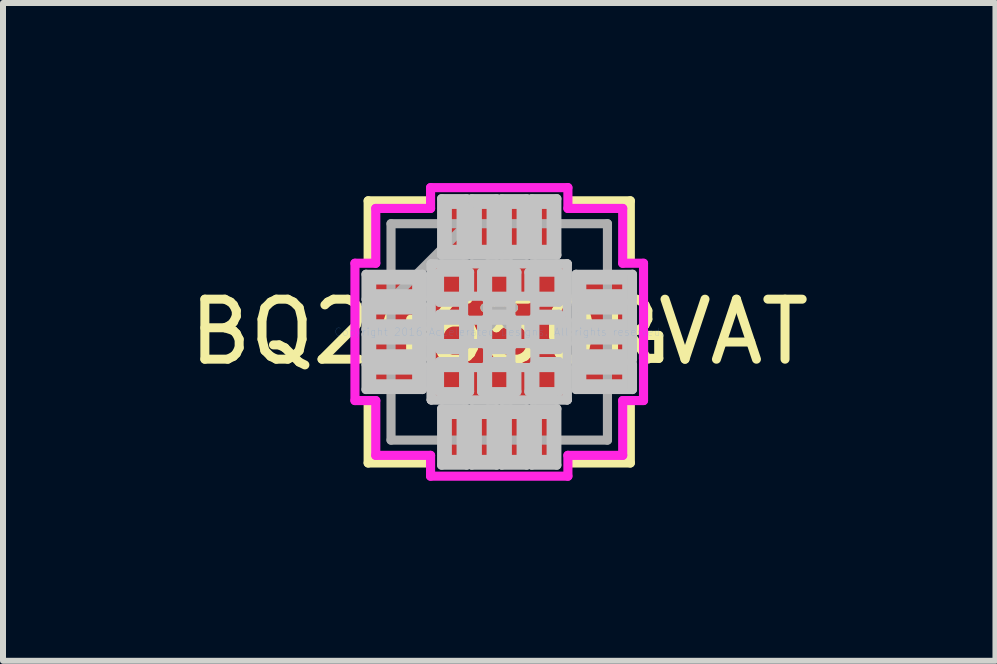
<source format=kicad_pcb>
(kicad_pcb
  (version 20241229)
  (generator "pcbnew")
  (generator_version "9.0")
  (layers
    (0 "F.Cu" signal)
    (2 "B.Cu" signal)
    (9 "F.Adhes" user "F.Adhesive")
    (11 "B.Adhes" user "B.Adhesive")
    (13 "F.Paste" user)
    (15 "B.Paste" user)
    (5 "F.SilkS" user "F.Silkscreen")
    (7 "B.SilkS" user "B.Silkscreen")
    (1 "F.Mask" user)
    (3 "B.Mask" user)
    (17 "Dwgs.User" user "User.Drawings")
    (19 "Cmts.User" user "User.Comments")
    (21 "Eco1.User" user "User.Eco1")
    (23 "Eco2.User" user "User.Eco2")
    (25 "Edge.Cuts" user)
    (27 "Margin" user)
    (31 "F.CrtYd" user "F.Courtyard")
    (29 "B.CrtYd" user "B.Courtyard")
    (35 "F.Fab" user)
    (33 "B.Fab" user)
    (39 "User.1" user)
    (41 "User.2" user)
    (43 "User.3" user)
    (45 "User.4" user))
  (footprint "BQ24650RVAT"
    (layer "F.Cu")
    (at 5.268 2.48)
    (property "Reference" "BQ24650RVAT" (at 0 0 0) (layer "F.SilkS") (effects (font (size 1 1) (thickness 0.15))))
    (attr through_hole)
    (fp_line (start -2.184 -2.184) (end -2.184 -1.221) (stroke (width 0.152) (type solid)) (layer "F.SilkS"))
    (fp_line (start -2.184 1.221) (end -2.184 2.184) (stroke (width 0.152) (type solid)) (layer "F.SilkS"))
    (fp_line (start -2.184 2.184) (end -1.221 2.184) (stroke (width 0.152) (type solid)) (layer "F.SilkS"))
    (fp_line (start -1.221 -2.184) (end -2.184 -2.184) (stroke (width 0.152) (type solid)) (layer "F.SilkS"))
    (fp_line (start 1.221 2.184) (end 2.184 2.184) (stroke (width 0.152) (type solid)) (layer "F.SilkS"))
    (fp_line (start 2.184 -2.184) (end 1.221 -2.184) (stroke (width 0.152) (type solid)) (layer "F.SilkS"))
    (fp_line (start 2.184 -1.221) (end 2.184 -2.184) (stroke (width 0.152) (type solid)) (layer "F.SilkS"))
    (fp_line (start 2.184 2.184) (end 2.184 1.221) (stroke (width 0.152) (type solid)) (layer "F.SilkS"))
    (fp_line (start 2.404 0.059) (end 2.658 0.059) (stroke (width 0.152) (type solid)) (layer "F.SilkS"))
    (fp_line (start 2.404 0.441) (end 2.404 0.059) (stroke (width 0.152) (type solid)) (layer "F.SilkS"))
    (fp_line (start 2.658 0.059) (end 2.658 0.441) (stroke (width 0.152) (type solid)) (layer "F.SilkS"))
    (fp_line (start 2.658 0.441) (end 2.404 0.441) (stroke (width 0.152) (type solid)) (layer "F.SilkS"))
    (fp_line (start -2.22 -0.96) (end -2.22 -0.54) (stroke (width 0.152) (type solid)) (layer "Dwgs.User"))
    (fp_line (start -2.22 -0.54) (end -1.28 -0.54) (stroke (width 0.152) (type solid)) (layer "Dwgs.User"))
    (fp_line (start -2.22 -0.46) (end -2.22 -0.04) (stroke (width 0.152) (type solid)) (layer "Dwgs.User"))
    (fp_line (start -2.22 -0.04) (end -1.28 -0.04) (stroke (width 0.152) (type solid)) (layer "Dwgs.User"))
    (fp_line (start -2.22 0.04) (end -2.22 0.46) (stroke (width 0.152) (type solid)) (layer "Dwgs.User"))
    (fp_line (start -2.22 0.46) (end -1.28 0.46) (stroke (width 0.152) (type solid)) (layer "Dwgs.User"))
    (fp_line (start -2.22 0.54) (end -2.22 0.96) (stroke (width 0.152) (type solid)) (layer "Dwgs.User"))
    (fp_line (start -2.22 0.96) (end -1.28 0.96) (stroke (width 0.152) (type solid)) (layer "Dwgs.User"))
    (fp_line (start -2.125 -0.865) (end -2.125 -0.635) (stroke (width 0.152) (type solid)) (layer "Dwgs.User"))
    (fp_line (start -2.125 -0.635) (end -1.375 -0.635) (stroke (width 0.152) (type solid)) (layer "Dwgs.User"))
    (fp_line (start -2.125 -0.365) (end -2.125 -0.135) (stroke (width 0.152) (type solid)) (layer "Dwgs.User"))
    (fp_line (start -2.125 -0.135) (end -1.375 -0.135) (stroke (width 0.152) (type solid)) (layer "Dwgs.User"))
    (fp_line (start -2.125 0.135) (end -2.125 0.365) (stroke (width 0.152) (type solid)) (layer "Dwgs.User"))
    (fp_line (start -2.125 0.365) (end -1.375 0.365) (stroke (width 0.152) (type solid)) (layer "Dwgs.User"))
    (fp_line (start -2.125 0.635) (end -2.125 0.865) (stroke (width 0.152) (type solid)) (layer "Dwgs.User"))
    (fp_line (start -2.125 0.865) (end -1.375 0.865) (stroke (width 0.152) (type solid)) (layer "Dwgs.User"))
    (fp_line (start -1.375 -0.865) (end -2.125 -0.865) (stroke (width 0.152) (type solid)) (layer "Dwgs.User"))
    (fp_line (start -1.375 -0.635) (end -1.375 -0.865) (stroke (width 0.152) (type solid)) (layer "Dwgs.User"))
    (fp_line (start -1.375 -0.365) (end -2.125 -0.365) (stroke (width 0.152) (type solid)) (layer "Dwgs.User"))
    (fp_line (start -1.375 -0.135) (end -1.375 -0.365) (stroke (width 0.152) (type solid)) (layer "Dwgs.User"))
    (fp_line (start -1.375 0.135) (end -2.125 0.135) (stroke (width 0.152) (type solid)) (layer "Dwgs.User"))
    (fp_line (start -1.375 0.365) (end -1.375 0.135) (stroke (width 0.152) (type solid)) (layer "Dwgs.User"))
    (fp_line (start -1.375 0.635) (end -2.125 0.635) (stroke (width 0.152) (type solid)) (layer "Dwgs.User"))
    (fp_line (start -1.375 0.865) (end -1.375 0.635) (stroke (width 0.152) (type solid)) (layer "Dwgs.User"))
    (fp_line (start -1.28 -0.96) (end -2.22 -0.96) (stroke (width 0.152) (type solid)) (layer "Dwgs.User"))
    (fp_line (start -1.28 -0.54) (end -1.28 -0.96) (stroke (width 0.152) (type solid)) (layer "Dwgs.User"))
    (fp_line (start -1.28 -0.46) (end -2.22 -0.46) (stroke (width 0.152) (type solid)) (layer "Dwgs.User"))
    (fp_line (start -1.28 -0.04) (end -1.28 -0.46) (stroke (width 0.152) (type solid)) (layer "Dwgs.User"))
    (fp_line (start -1.28 0.04) (end -2.22 0.04) (stroke (width 0.152) (type solid)) (layer "Dwgs.User"))
    (fp_line (start -1.28 0.46) (end -1.28 0.04) (stroke (width 0.152) (type solid)) (layer "Dwgs.User"))
    (fp_line (start -1.28 0.54) (end -2.22 0.54) (stroke (width 0.152) (type solid)) (layer "Dwgs.User"))
    (fp_line (start -1.28 0.96) (end -1.28 0.54) (stroke (width 0.152) (type solid)) (layer "Dwgs.User"))
    (fp_line (start -1.133 -1.133) (end -0.594 -1.133) (stroke (width 0.152) (type solid)) (layer "Dwgs.User"))
    (fp_line (start -1.133 -1.133) (end 1.133 -1.133) (stroke (width 0.152) (type solid)) (layer "Dwgs.User"))
    (fp_line (start -1.133 -0.594) (end -1.133 -1.133) (stroke (width 0.152) (type solid)) (layer "Dwgs.User"))
    (fp_line (start -1.133 -0.194) (end 1.133 -0.194) (stroke (width 0.152) (type solid)) (layer "Dwgs.User"))
    (fp_line (start -1.133 0.194) (end -1.133 -0.194) (stroke (width 0.152) (type solid)) (layer "Dwgs.User"))
    (fp_line (start -1.133 0.594) (end 1.133 0.594) (stroke (width 0.152) (type solid)) (layer "Dwgs.User"))
    (fp_line (start -1.133 1.133) (end -1.133 -1.133) (stroke (width 0.152) (type solid)) (layer "Dwgs.User"))
    (fp_line (start -1.133 1.133) (end -1.133 0.594) (stroke (width 0.152) (type solid)) (layer "Dwgs.User"))
    (fp_line (start -0.995 -0.995) (end -0.995 -0.494) (stroke (width 0.152) (type solid)) (layer "Dwgs.User"))
    (fp_line (start -0.995 -0.494) (end -0.635 -0.494) (stroke (width 0.152) (type solid)) (layer "Dwgs.User"))
    (fp_line (start -0.995 -0.294) (end -0.995 0.294) (stroke (width 0.152) (type solid)) (layer "Dwgs.User"))
    (fp_line (start -0.995 0.294) (end -0.635 0.294) (stroke (width 0.152) (type solid)) (layer "Dwgs.User"))
    (fp_line (start -0.995 0.494) (end -0.995 0.995) (stroke (width 0.152) (type solid)) (layer "Dwgs.User"))
    (fp_line (start -0.995 0.995) (end -0.494 0.995) (stroke (width 0.152) (type solid)) (layer "Dwgs.User"))
    (fp_line (start -0.96 -2.22) (end -0.96 -1.28) (stroke (width 0.152) (type solid)) (layer "Dwgs.User"))
    (fp_line (start -0.96 -1.28) (end -0.54 -1.28) (stroke (width 0.152) (type solid)) (layer "Dwgs.User"))
    (fp_line (start -0.96 1.28) (end -0.96 2.22) (stroke (width 0.152) (type solid)) (layer "Dwgs.User"))
    (fp_line (start -0.96 2.22) (end -0.54 2.22) (stroke (width 0.152) (type solid)) (layer "Dwgs.User"))
    (fp_line (start -0.865 -2.125) (end -0.865 -1.375) (stroke (width 0.152) (type solid)) (layer "Dwgs.User"))
    (fp_line (start -0.865 -1.375) (end -0.635 -1.375) (stroke (width 0.152) (type solid)) (layer "Dwgs.User"))
    (fp_line (start -0.865 1.375) (end -0.865 2.125) (stroke (width 0.152) (type solid)) (layer "Dwgs.User"))
    (fp_line (start -0.865 2.125) (end -0.635 2.125) (stroke (width 0.152) (type solid)) (layer "Dwgs.User"))
    (fp_line (start -0.635 -2.125) (end -0.865 -2.125) (stroke (width 0.152) (type solid)) (layer "Dwgs.User"))
    (fp_line (start -0.635 -1.375) (end -0.635 -2.125) (stroke (width 0.152) (type solid)) (layer "Dwgs.User"))
    (fp_line (start -0.635 1.375) (end -0.865 1.375) (stroke (width 0.152) (type solid)) (layer "Dwgs.User"))
    (fp_line (start -0.635 2.125) (end -0.635 1.375) (stroke (width 0.152) (type solid)) (layer "Dwgs.User"))
    (fp_line (start -0.635 -0.494) (end -0.635 -0.494) (stroke (width 0.152) (type solid)) (layer "Dwgs.User"))
    (fp_line (start -0.635 -0.494) (end -0.494 -0.635) (stroke (width 0.152) (type solid)) (layer "Dwgs.User"))
    (fp_line (start -0.635 -0.294) (end -0.995 -0.294) (stroke (width 0.152) (type solid)) (layer "Dwgs.User"))
    (fp_line (start -0.635 -0.294) (end -0.635 -0.294) (stroke (width 0.152) (type solid)) (layer "Dwgs.User"))
    (fp_line (start -0.635 0.294) (end -0.635 0.294) (stroke (width 0.152) (type solid)) (layer "Dwgs.User"))
    (fp_line (start -0.635 0.294) (end -0.494 0.152) (stroke (width 0.152) (type solid)) (layer "Dwgs.User"))
    (fp_line (start -0.635 0.494) (end -0.995 0.494) (stroke (width 0.152) (type solid)) (layer "Dwgs.User"))
    (fp_line (start -0.635 0.494) (end -0.635 0.494) (stroke (width 0.152) (type solid)) (layer "Dwgs.User"))
    (fp_line (start -0.594 -1.133) (end -0.594 1.133) (stroke (width 0.152) (type solid)) (layer "Dwgs.User"))
    (fp_line (start -0.594 1.133) (end -1.133 1.133) (stroke (width 0.152) (type solid)) (layer "Dwgs.User"))
    (fp_line (start -0.54 -2.22) (end -0.96 -2.22) (stroke (width 0.152) (type solid)) (layer "Dwgs.User"))
    (fp_line (start -0.54 -1.28) (end -0.54 -2.22) (stroke (width 0.152) (type solid)) (layer "Dwgs.User"))
    (fp_line (start -0.54 1.28) (end -0.96 1.28) (stroke (width 0.152) (type solid)) (layer "Dwgs.User"))
    (fp_line (start -0.54 2.22) (end -0.54 1.28) (stroke (width 0.152) (type solid)) (layer "Dwgs.User"))
    (fp_line (start -0.494 -0.995) (end -0.995 -0.995) (stroke (width 0.152) (type solid)) (layer "Dwgs.User"))
    (fp_line (start -0.494 -0.635) (end -0.494 -0.995) (stroke (width 0.152) (type solid)) (layer "Dwgs.User"))
    (fp_line (start -0.494 -0.635) (end -0.494 -0.635) (stroke (width 0.152) (type solid)) (layer "Dwgs.User"))
    (fp_line (start -0.494 -0.152) (end -0.635 -0.294) (stroke (width 0.152) (type solid)) (layer "Dwgs.User"))
    (fp_line (start -0.494 -0.152) (end -0.494 -0.152) (stroke (width 0.152) (type solid)) (layer "Dwgs.User"))
    (fp_line (start -0.494 0.152) (end -0.494 -0.152) (stroke (width 0.152) (type solid)) (layer "Dwgs.User"))
    (fp_line (start -0.494 0.152) (end -0.494 0.152) (stroke (width 0.152) (type solid)) (layer "Dwgs.User"))
    (fp_line (start -0.494 0.635) (end -0.635 0.494) (stroke (width 0.152) (type solid)) (layer "Dwgs.User"))
    (fp_line (start -0.494 0.635) (end -0.494 0.635) (stroke (width 0.152) (type solid)) (layer "Dwgs.User"))
    (fp_line (start -0.494 0.995) (end -0.494 0.635) (stroke (width 0.152) (type solid)) (layer "Dwgs.User"))
    (fp_line (start -0.46 -2.22) (end -0.46 -1.28) (stroke (width 0.152) (type solid)) (layer "Dwgs.User"))
    (fp_line (start -0.46 -1.28) (end -0.04 -1.28) (stroke (width 0.152) (type solid)) (layer "Dwgs.User"))
    (fp_line (start -0.46 1.28) (end -0.46 2.22) (stroke (width 0.152) (type solid)) (layer "Dwgs.User"))
    (fp_line (start -0.46 2.22) (end -0.04 2.22) (stroke (width 0.152) (type solid)) (layer "Dwgs.User"))
    (fp_line (start -0.365 -2.125) (end -0.365 -1.375) (stroke (width 0.152) (type solid)) (layer "Dwgs.User"))
    (fp_line (start -0.365 -1.375) (end -0.135 -1.375) (stroke (width 0.152) (type solid)) (layer "Dwgs.User"))
    (fp_line (start -0.365 1.375) (end -0.365 2.125) (stroke (width 0.152) (type solid)) (layer "Dwgs.User"))
    (fp_line (start -0.365 2.125) (end -0.135 2.125) (stroke (width 0.152) (type solid)) (layer "Dwgs.User"))
    (fp_line (start -0.294 -0.995) (end -0.294 -0.635) (stroke (width 0.152) (type solid)) (layer "Dwgs.User"))
    (fp_line (start -0.294 -0.635) (end -0.294 -0.635) (stroke (width 0.152) (type solid)) (layer "Dwgs.User"))
    (fp_line (start -0.294 -0.635) (end -0.152 -0.494) (stroke (width 0.152) (type solid)) (layer "Dwgs.User"))
    (fp_line (start -0.294 -0.152) (end -0.294 -0.152) (stroke (width 0.152) (type solid)) (layer "Dwgs.User"))
    (fp_line (start -0.294 -0.152) (end -0.294 0.152) (stroke (width 0.152) (type solid)) (layer "Dwgs.User"))
    (fp_line (start -0.294 0.152) (end -0.294 0.152) (stroke (width 0.152) (type solid)) (layer "Dwgs.User"))
    (fp_line (start -0.294 0.152) (end -0.152 0.294) (stroke (width 0.152) (type solid)) (layer "Dwgs.User"))
    (fp_line (start -0.294 0.635) (end -0.294 0.635) (stroke (width 0.152) (type solid)) (layer "Dwgs.User"))
    (fp_line (start -0.294 0.635) (end -0.294 0.995) (stroke (width 0.152) (type solid)) (layer "Dwgs.User"))
    (fp_line (start -0.294 0.995) (end 0.294 0.995) (stroke (width 0.152) (type solid)) (layer "Dwgs.User"))
    (fp_line (start -0.194 -1.133) (end -0.194 1.133) (stroke (width 0.152) (type solid)) (layer "Dwgs.User"))
    (fp_line (start -0.194 1.133) (end 0.194 1.133) (stroke (width 0.152) (type solid)) (layer "Dwgs.User"))
    (fp_line (start -0.152 -0.494) (end -0.152 -0.494) (stroke (width 0.152) (type solid)) (layer "Dwgs.User"))
    (fp_line (start -0.152 -0.494) (end 0.152 -0.494) (stroke (width 0.152) (type solid)) (layer "Dwgs.User"))
    (fp_line (start -0.152 -0.294) (end -0.294 -0.152) (stroke (width 0.152) (type solid)) (layer "Dwgs.User"))
    (fp_line (start -0.152 -0.294) (end -0.152 -0.294) (stroke (width 0.152) (type solid)) (layer "Dwgs.User"))
    (fp_line (start -0.152 0.294) (end -0.152 0.294) (stroke (width 0.152) (type solid)) (layer "Dwgs.User"))
    (fp_line (start -0.152 0.294) (end 0.152 0.294) (stroke (width 0.152) (type solid)) (layer "Dwgs.User"))
    (fp_line (start -0.152 0.494) (end -0.294 0.635) (stroke (width 0.152) (type solid)) (layer "Dwgs.User"))
    (fp_line (start -0.152 0.494) (end -0.152 0.494) (stroke (width 0.152) (type solid)) (layer "Dwgs.User"))
    (fp_line (start -0.135 -2.125) (end -0.365 -2.125) (stroke (width 0.152) (type solid)) (layer "Dwgs.User"))
    (fp_line (start -0.135 -1.375) (end -0.135 -2.125) (stroke (width 0.152) (type solid)) (layer "Dwgs.User"))
    (fp_line (start -0.135 1.375) (end -0.365 1.375) (stroke (width 0.152) (type solid)) (layer "Dwgs.User"))
    (fp_line (start -0.135 2.125) (end -0.135 1.375) (stroke (width 0.152) (type solid)) (layer "Dwgs.User"))
    (fp_line (start -0.04 -2.22) (end -0.46 -2.22) (stroke (width 0.152) (type solid)) (layer "Dwgs.User"))
    (fp_line (start -0.04 -1.28) (end -0.04 -2.22) (stroke (width 0.152) (type solid)) (layer "Dwgs.User"))
    (fp_line (start -0.04 1.28) (end -0.46 1.28) (stroke (width 0.152) (type solid)) (layer "Dwgs.User"))
    (fp_line (start -0.04 2.22) (end -0.04 1.28) (stroke (width 0.152) (type solid)) (layer "Dwgs.User"))
    (fp_line (start 0.04 -2.22) (end 0.04 -1.28) (stroke (width 0.152) (type solid)) (layer "Dwgs.User"))
    (fp_line (start 0.04 -1.28) (end 0.46 -1.28) (stroke (width 0.152) (type solid)) (layer "Dwgs.User"))
    (fp_line (start 0.04 1.28) (end 0.04 2.22) (stroke (width 0.152) (type solid)) (layer "Dwgs.User"))
    (fp_line (start 0.04 2.22) (end 0.46 2.22) (stroke (width 0.152) (type solid)) (layer "Dwgs.User"))
    (fp_line (start 0.135 -2.125) (end 0.135 -1.375) (stroke (width 0.152) (type solid)) (layer "Dwgs.User"))
    (fp_line (start 0.135 -1.375) (end 0.365 -1.375) (stroke (width 0.152) (type solid)) (layer "Dwgs.User"))
    (fp_line (start 0.135 1.375) (end 0.135 2.125) (stroke (width 0.152) (type solid)) (layer "Dwgs.User"))
    (fp_line (start 0.135 2.125) (end 0.365 2.125) (stroke (width 0.152) (type solid)) (layer "Dwgs.User"))
    (fp_line (start 0.152 -0.494) (end 0.152 -0.494) (stroke (width 0.152) (type solid)) (layer "Dwgs.User"))
    (fp_line (start 0.152 -0.494) (end 0.294 -0.635) (stroke (width 0.152) (type solid)) (layer "Dwgs.User"))
    (fp_line (start 0.152 -0.294) (end -0.152 -0.294) (stroke (width 0.152) (type solid)) (layer "Dwgs.User"))
    (fp_line (start 0.152 -0.294) (end 0.152 -0.294) (stroke (width 0.152) (type solid)) (layer "Dwgs.User"))
    (fp_line (start 0.152 0.294) (end 0.152 0.294) (stroke (width 0.152) (type solid)) (layer "Dwgs.User"))
    (fp_line (start 0.152 0.294) (end 0.294 0.152) (stroke (width 0.152) (type solid)) (layer "Dwgs.User"))
    (fp_line (start 0.152 0.494) (end -0.152 0.494) (stroke (width 0.152) (type solid)) (layer "Dwgs.User"))
    (fp_line (start 0.152 0.494) (end 0.152 0.494) (stroke (width 0.152) (type solid)) (layer "Dwgs.User"))
    (fp_line (start 0.194 -1.133) (end -0.194 -1.133) (stroke (width 0.152) (type solid)) (layer "Dwgs.User"))
    (fp_line (start 0.194 1.133) (end 0.194 -1.133) (stroke (width 0.152) (type solid)) (layer "Dwgs.User"))
    (fp_line (start 0.294 -0.995) (end -0.294 -0.995) (stroke (width 0.152) (type solid)) (layer "Dwgs.User"))
    (fp_line (start 0.294 -0.635) (end 0.294 -0.995) (stroke (width 0.152) (type solid)) (layer "Dwgs.User"))
    (fp_line (start 0.294 -0.635) (end 0.294 -0.635) (stroke (width 0.152) (type solid)) (layer "Dwgs.User"))
    (fp_line (start 0.294 -0.152) (end 0.152 -0.294) (stroke (width 0.152) (type solid)) (layer "Dwgs.User"))
    (fp_line (start 0.294 -0.152) (end 0.294 -0.152) (stroke (width 0.152) (type solid)) (layer "Dwgs.User"))
    (fp_line (start 0.294 0.152) (end 0.294 -0.152) (stroke (width 0.152) (type solid)) (layer "Dwgs.User"))
    (fp_line (start 0.294 0.152) (end 0.294 0.152) (stroke (width 0.152) (type solid)) (layer "Dwgs.User"))
    (fp_line (start 0.294 0.635) (end 0.152 0.494) (stroke (width 0.152) (type solid)) (layer "Dwgs.User"))
    (fp_line (start 0.294 0.635) (end 0.294 0.635) (stroke (width 0.152) (type solid)) (layer "Dwgs.User"))
    (fp_line (start 0.294 0.995) (end 0.294 0.635) (stroke (width 0.152) (type solid)) (layer "Dwgs.User"))
    (fp_line (start 0.365 -2.125) (end 0.135 -2.125) (stroke (width 0.152) (type solid)) (layer "Dwgs.User"))
    (fp_line (start 0.365 -1.375) (end 0.365 -2.125) (stroke (width 0.152) (type solid)) (layer "Dwgs.User"))
    (fp_line (start 0.365 1.375) (end 0.135 1.375) (stroke (width 0.152) (type solid)) (layer "Dwgs.User"))
    (fp_line (start 0.365 2.125) (end 0.365 1.375) (stroke (width 0.152) (type solid)) (layer "Dwgs.User"))
    (fp_line (start 0.46 -2.22) (end 0.04 -2.22) (stroke (width 0.152) (type solid)) (layer "Dwgs.User"))
    (fp_line (start 0.46 -1.28) (end 0.46 -2.22) (stroke (width 0.152) (type solid)) (layer "Dwgs.User"))
    (fp_line (start 0.46 1.28) (end 0.04 1.28) (stroke (width 0.152) (type solid)) (layer "Dwgs.User"))
    (fp_line (start 0.46 2.22) (end 0.46 1.28) (stroke (width 0.152) (type solid)) (layer "Dwgs.User"))
    (fp_line (start 0.494 -0.995) (end 0.494 -0.635) (stroke (width 0.152) (type solid)) (layer "Dwgs.User"))
    (fp_line (start 0.494 -0.635) (end 0.494 -0.635) (stroke (width 0.152) (type solid)) (layer "Dwgs.User"))
    (fp_line (start 0.494 -0.635) (end 0.635 -0.494) (stroke (width 0.152) (type solid)) (layer "Dwgs.User"))
    (fp_line (start 0.494 -0.152) (end 0.494 -0.152) (stroke (width 0.152) (type solid)) (layer "Dwgs.User"))
    (fp_line (start 0.494 -0.152) (end 0.494 0.152) (stroke (width 0.152) (type solid)) (layer "Dwgs.User"))
    (fp_line (start 0.494 0.152) (end 0.494 0.152) (stroke (width 0.152) (type solid)) (layer "Dwgs.User"))
    (fp_line (start 0.494 0.152) (end 0.635 0.294) (stroke (width 0.152) (type solid)) (layer "Dwgs.User"))
    (fp_line (start 0.494 0.635) (end 0.494 0.635) (stroke (width 0.152) (type solid)) (layer "Dwgs.User"))
    (fp_line (start 0.494 0.635) (end 0.494 0.995) (stroke (width 0.152) (type solid)) (layer "Dwgs.User"))
    (fp_line (start 0.494 0.995) (end 0.995 0.995) (stroke (width 0.152) (type solid)) (layer "Dwgs.User"))
    (fp_line (start 0.54 -2.22) (end 0.54 -1.28) (stroke (width 0.152) (type solid)) (layer "Dwgs.User"))
    (fp_line (start 0.54 -1.28) (end 0.96 -1.28) (stroke (width 0.152) (type solid)) (layer "Dwgs.User"))
    (fp_line (start 0.54 1.28) (end 0.54 2.22) (stroke (width 0.152) (type solid)) (layer "Dwgs.User"))
    (fp_line (start 0.54 2.22) (end 0.96 2.22) (stroke (width 0.152) (type solid)) (layer "Dwgs.User"))
    (fp_line (start 0.594 -1.133) (end 1.133 -1.133) (stroke (width 0.152) (type solid)) (layer "Dwgs.User"))
    (fp_line (start 0.594 1.133) (end 0.594 -1.133) (stroke (width 0.152) (type solid)) (layer "Dwgs.User"))
    (fp_line (start 0.635 -0.494) (end 0.635 -0.494) (stroke (width 0.152) (type solid)) (layer "Dwgs.User"))
    (fp_line (start 0.635 -0.494) (end 0.995 -0.494) (stroke (width 0.152) (type solid)) (layer "Dwgs.User"))
    (fp_line (start 0.635 -0.294) (end 0.494 -0.152) (stroke (width 0.152) (type solid)) (layer "Dwgs.User"))
    (fp_line (start 0.635 -0.294) (end 0.635 -0.294) (stroke (width 0.152) (type solid)) (layer "Dwgs.User"))
    (fp_line (start 0.635 0.294) (end 0.635 0.294) (stroke (width 0.152) (type solid)) (layer "Dwgs.User"))
    (fp_line (start 0.635 0.294) (end 0.995 0.294) (stroke (width 0.152) (type solid)) (layer "Dwgs.User"))
    (fp_line (start 0.635 0.494) (end 0.494 0.635) (stroke (width 0.152) (type solid)) (layer "Dwgs.User"))
    (fp_line (start 0.635 0.494) (end 0.635 0.494) (stroke (width 0.152) (type solid)) (layer "Dwgs.User"))
    (fp_line (start 0.635 -2.125) (end 0.635 -1.375) (stroke (width 0.152) (type solid)) (layer "Dwgs.User"))
    (fp_line (start 0.635 -1.375) (end 0.865 -1.375) (stroke (width 0.152) (type solid)) (layer "Dwgs.User"))
    (fp_line (start 0.635 1.375) (end 0.635 2.125) (stroke (width 0.152) (type solid)) (layer "Dwgs.User"))
    (fp_line (start 0.635 2.125) (end 0.865 2.125) (stroke (width 0.152) (type solid)) (layer "Dwgs.User"))
    (fp_line (start 0.865 -2.125) (end 0.635 -2.125) (stroke (width 0.152) (type solid)) (layer "Dwgs.User"))
    (fp_line (start 0.865 -1.375) (end 0.865 -2.125) (stroke (width 0.152) (type solid)) (layer "Dwgs.User"))
    (fp_line (start 0.865 1.375) (end 0.635 1.375) (stroke (width 0.152) (type solid)) (layer "Dwgs.User"))
    (fp_line (start 0.865 2.125) (end 0.865 1.375) (stroke (width 0.152) (type solid)) (layer "Dwgs.User"))
    (fp_line (start 0.96 -2.22) (end 0.54 -2.22) (stroke (width 0.152) (type solid)) (layer "Dwgs.User"))
    (fp_line (start 0.96 -1.28) (end 0.96 -2.22) (stroke (width 0.152) (type solid)) (layer "Dwgs.User"))
    (fp_line (start 0.96 1.28) (end 0.54 1.28) (stroke (width 0.152) (type solid)) (layer "Dwgs.User"))
    (fp_line (start 0.96 2.22) (end 0.96 1.28) (stroke (width 0.152) (type solid)) (layer "Dwgs.User"))
    (fp_line (start 0.995 -0.995) (end 0.494 -0.995) (stroke (width 0.152) (type solid)) (layer "Dwgs.User"))
    (fp_line (start 0.995 -0.494) (end 0.995 -0.995) (stroke (width 0.152) (type solid)) (layer "Dwgs.User"))
    (fp_line (start 0.995 -0.294) (end 0.635 -0.294) (stroke (width 0.152) (type solid)) (layer "Dwgs.User"))
    (fp_line (start 0.995 0.294) (end 0.995 -0.294) (stroke (width 0.152) (type solid)) (layer "Dwgs.User"))
    (fp_line (start 0.995 0.494) (end 0.635 0.494) (stroke (width 0.152) (type solid)) (layer "Dwgs.User"))
    (fp_line (start 0.995 0.995) (end 0.995 0.494) (stroke (width 0.152) (type solid)) (layer "Dwgs.User"))
    (fp_line (start 1.133 -1.133) (end 1.133 -0.594) (stroke (width 0.152) (type solid)) (layer "Dwgs.User"))
    (fp_line (start 1.133 -1.133) (end 1.133 1.133) (stroke (width 0.152) (type solid)) (layer "Dwgs.User"))
    (fp_line (start 1.133 -0.594) (end -1.133 -0.594) (stroke (width 0.152) (type solid)) (layer "Dwgs.User"))
    (fp_line (start 1.133 -0.194) (end 1.133 0.194) (stroke (width 0.152) (type solid)) (layer "Dwgs.User"))
    (fp_line (start 1.133 0.194) (end -1.133 0.194) (stroke (width 0.152) (type solid)) (layer "Dwgs.User"))
    (fp_line (start 1.133 0.594) (end 1.133 1.133) (stroke (width 0.152) (type solid)) (layer "Dwgs.User"))
    (fp_line (start 1.133 1.133) (end -1.133 1.133) (stroke (width 0.152) (type solid)) (layer "Dwgs.User"))
    (fp_line (start 1.133 1.133) (end 0.594 1.133) (stroke (width 0.152) (type solid)) (layer "Dwgs.User"))
    (fp_line (start 1.28 -0.96) (end 1.28 -0.54) (stroke (width 0.152) (type solid)) (layer "Dwgs.User"))
    (fp_line (start 1.28 -0.54) (end 2.22 -0.54) (stroke (width 0.152) (type solid)) (layer "Dwgs.User"))
    (fp_line (start 1.28 -0.46) (end 1.28 -0.04) (stroke (width 0.152) (type solid)) (layer "Dwgs.User"))
    (fp_line (start 1.28 -0.04) (end 2.22 -0.04) (stroke (width 0.152) (type solid)) (layer "Dwgs.User"))
    (fp_line (start 1.28 0.04) (end 1.28 0.46) (stroke (width 0.152) (type solid)) (layer "Dwgs.User"))
    (fp_line (start 1.28 0.46) (end 2.22 0.46) (stroke (width 0.152) (type solid)) (layer "Dwgs.User"))
    (fp_line (start 1.28 0.54) (end 1.28 0.96) (stroke (width 0.152) (type solid)) (layer "Dwgs.User"))
    (fp_line (start 1.28 0.96) (end 2.22 0.96) (stroke (width 0.152) (type solid)) (layer "Dwgs.User"))
    (fp_line (start 1.375 -0.865) (end 1.375 -0.635) (stroke (width 0.152) (type solid)) (layer "Dwgs.User"))
    (fp_line (start 1.375 -0.635) (end 2.125 -0.635) (stroke (width 0.152) (type solid)) (layer "Dwgs.User"))
    (fp_line (start 1.375 -0.365) (end 1.375 -0.135) (stroke (width 0.152) (type solid)) (layer "Dwgs.User"))
    (fp_line (start 1.375 -0.135) (end 2.125 -0.135) (stroke (width 0.152) (type solid)) (layer "Dwgs.User"))
    (fp_line (start 1.375 0.135) (end 1.375 0.365) (stroke (width 0.152) (type solid)) (layer "Dwgs.User"))
    (fp_line (start 1.375 0.365) (end 2.125 0.365) (stroke (width 0.152) (type solid)) (layer "Dwgs.User"))
    (fp_line (start 1.375 0.635) (end 1.375 0.865) (stroke (width 0.152) (type solid)) (layer "Dwgs.User"))
    (fp_line (start 1.375 0.865) (end 2.125 0.865) (stroke (width 0.152) (type solid)) (layer "Dwgs.User"))
    (fp_line (start 2.125 -0.865) (end 1.375 -0.865) (stroke (width 0.152) (type solid)) (layer "Dwgs.User"))
    (fp_line (start 2.125 -0.635) (end 2.125 -0.865) (stroke (width 0.152) (type solid)) (layer "Dwgs.User"))
    (fp_line (start 2.125 -0.365) (end 1.375 -0.365) (stroke (width 0.152) (type solid)) (layer "Dwgs.User"))
    (fp_line (start 2.125 -0.135) (end 2.125 -0.365) (stroke (width 0.152) (type solid)) (layer "Dwgs.User"))
    (fp_line (start 2.125 0.135) (end 1.375 0.135) (stroke (width 0.152) (type solid)) (layer "Dwgs.User"))
    (fp_line (start 2.125 0.365) (end 2.125 0.135) (stroke (width 0.152) (type solid)) (layer "Dwgs.User"))
    (fp_line (start 2.125 0.635) (end 1.375 0.635) (stroke (width 0.152) (type solid)) (layer "Dwgs.User"))
    (fp_line (start 2.125 0.865) (end 2.125 0.635) (stroke (width 0.152) (type solid)) (layer "Dwgs.User"))
    (fp_line (start 2.22 -0.96) (end 1.28 -0.96) (stroke (width 0.152) (type solid)) (layer "Dwgs.User"))
    (fp_line (start 2.22 -0.54) (end 2.22 -0.96) (stroke (width 0.152) (type solid)) (layer "Dwgs.User"))
    (fp_line (start 2.22 -0.46) (end 1.28 -0.46) (stroke (width 0.152) (type solid)) (layer "Dwgs.User"))
    (fp_line (start 2.22 -0.04) (end 2.22 -0.46) (stroke (width 0.152) (type solid)) (layer "Dwgs.User"))
    (fp_line (start 2.22 0.04) (end 1.28 0.04) (stroke (width 0.152) (type solid)) (layer "Dwgs.User"))
    (fp_line (start 2.22 0.46) (end 2.22 0.04) (stroke (width 0.152) (type solid)) (layer "Dwgs.User"))
    (fp_line (start 2.22 0.54) (end 1.28 0.54) (stroke (width 0.152) (type solid)) (layer "Dwgs.User"))
    (fp_line (start 2.22 0.96) (end 2.22 0.54) (stroke (width 0.152) (type solid)) (layer "Dwgs.User"))
    (fp_circle (center -0.394 -0.394) (end -0.203 -0.394) (stroke (width 0.152) (type solid)) (fill no) (layer "Eco1.User"))
    (fp_circle (center -0.394 0.394) (end -0.203 0.394) (stroke (width 0.152) (type solid)) (fill no) (layer "Eco1.User"))
    (fp_circle (center 0.394 -0.394) (end 0.584 -0.394) (stroke (width 0.152) (type solid)) (fill no) (layer "Eco1.User"))
    (fp_circle (center 0.394 0.394) (end 0.584 0.394) (stroke (width 0.152) (type solid)) (fill no) (layer "Eco1.User"))
    (fp_line (start -2.404 -1.144) (end -2.057 -1.144) (stroke (width 0.152) (type solid)) (layer "F.CrtYd"))
    (fp_line (start -2.404 1.144) (end -2.404 -1.144) (stroke (width 0.152) (type solid)) (layer "F.CrtYd"))
    (fp_line (start -2.057 -2.057) (end -1.144 -2.057) (stroke (width 0.152) (type solid)) (layer "F.CrtYd"))
    (fp_line (start -2.057 -1.144) (end -2.057 -2.057) (stroke (width 0.152) (type solid)) (layer "F.CrtYd"))
    (fp_line (start -2.057 1.144) (end -2.404 1.144) (stroke (width 0.152) (type solid)) (layer "F.CrtYd"))
    (fp_line (start -2.057 2.057) (end -2.057 1.144) (stroke (width 0.152) (type solid)) (layer "F.CrtYd"))
    (fp_line (start -1.144 -2.404) (end 1.144 -2.404) (stroke (width 0.152) (type solid)) (layer "F.CrtYd"))
    (fp_line (start -1.144 -2.057) (end -1.144 -2.404) (stroke (width 0.152) (type solid)) (layer "F.CrtYd"))
    (fp_line (start -1.144 2.057) (end -2.057 2.057) (stroke (width 0.152) (type solid)) (layer "F.CrtYd"))
    (fp_line (start -1.144 2.404) (end -1.144 2.057) (stroke (width 0.152) (type solid)) (layer "F.CrtYd"))
    (fp_line (start 1.144 -2.404) (end 1.144 -2.057) (stroke (width 0.152) (type solid)) (layer "F.CrtYd"))
    (fp_line (start 1.144 -2.057) (end 2.057 -2.057) (stroke (width 0.152) (type solid)) (layer "F.CrtYd"))
    (fp_line (start 1.144 2.057) (end 1.144 2.404) (stroke (width 0.152) (type solid)) (layer "F.CrtYd"))
    (fp_line (start 1.144 2.404) (end -1.144 2.404) (stroke (width 0.152) (type solid)) (layer "F.CrtYd"))
    (fp_line (start 2.057 -2.057) (end 2.057 -1.144) (stroke (width 0.152) (type solid)) (layer "F.CrtYd"))
    (fp_line (start 2.057 -1.144) (end 2.404 -1.144) (stroke (width 0.152) (type solid)) (layer "F.CrtYd"))
    (fp_line (start 2.057 1.144) (end 2.057 2.057) (stroke (width 0.152) (type solid)) (layer "F.CrtYd"))
    (fp_line (start 2.057 2.057) (end 1.144 2.057) (stroke (width 0.152) (type solid)) (layer "F.CrtYd"))
    (fp_line (start 2.404 -1.144) (end 2.404 1.144) (stroke (width 0.152) (type solid)) (layer "F.CrtYd"))
    (fp_line (start 2.404 1.144) (end 2.057 1.144) (stroke (width 0.152) (type solid)) (layer "F.CrtYd"))
    (fp_line (start -1.803 -1.803) (end -1.803 1.803) (stroke (width 0.152) (type solid)) (layer "F.Fab"))
    (fp_line (start -1.803 -0.533) (end -0.533 -1.803) (stroke (width 0.152) (type solid)) (layer "F.Fab"))
    (fp_line (start -1.803 1.803) (end 1.803 1.803) (stroke (width 0.152) (type solid)) (layer "F.Fab"))
    (fp_line (start 1.803 -1.803) (end -1.803 -1.803) (stroke (width 0.152) (type solid)) (layer "F.Fab"))
    (fp_line (start 1.803 1.803) (end 1.803 -1.803) (stroke (width 0.152) (type solid)) (layer "F.Fab"))
    (fp_text user "*" (at 0 0 0) (layer "F.SilkS") (effects (font (size 1 1) (thickness 0.15))))
    (fp_text user "Copyright 2016 Accelerated Designs. All rights reserved." (at 0 0 0) (layer "Cmts.User") (effects (font (size 0.127 0.127) (thickness 0.002))))
    (fp_text user "*" (at 0 0 0) (layer "F.Fab") (effects (font (size 1 1) (thickness 0.15))))
    (pad "1" smd rect (at -1.75 -0.75 90) (size 0.28 0.8) (layers "F.Cu" "F.Mask" "F.Paste"))
    (pad "2" smd rect (at -1.75 -0.25 90) (size 0.28 0.8) (layers "F.Cu" "F.Mask" "F.Paste"))
    (pad "3" smd rect (at -1.75 0.25 90) (size 0.28 0.8) (layers "F.Cu" "F.Mask" "F.Paste"))
    (pad "4" smd rect (at -1.75 0.75 90) (size 0.28 0.8) (layers "F.Cu" "F.Mask" "F.Paste"))
    (pad "5" smd rect (at -0.75 1.75) (size 0.28 0.8) (layers "F.Cu" "F.Mask" "F.Paste"))
    (pad "6" smd rect (at -0.25 1.75) (size 0.28 0.8) (layers "F.Cu" "F.Mask" "F.Paste"))
    (pad "7" smd rect (at 0.25 1.75) (size 0.28 0.8) (layers "F.Cu" "F.Mask" "F.Paste"))
    (pad "8" smd rect (at 0.75 1.75) (size 0.28 0.8) (layers "F.Cu" "F.Mask" "F.Paste"))
    (pad "9" smd rect (at 1.75 0.75 90) (size 0.28 0.8) (layers "F.Cu" "F.Mask" "F.Paste"))
    (pad "10" smd rect (at 1.75 0.25 90) (size 0.28 0.8) (layers "F.Cu" "F.Mask" "F.Paste"))
    (pad "11" smd rect (at 1.75 -0.25 90) (size 0.28 0.8) (layers "F.Cu" "F.Mask" "F.Paste"))
    (pad "12" smd rect (at 1.75 -0.75 90) (size 0.28 0.8) (layers "F.Cu" "F.Mask" "F.Paste"))
    (pad "13" smd rect (at 0.75 -1.75) (size 0.28 0.8) (layers "F.Cu" "F.Mask" "F.Paste"))
    (pad "14" smd rect (at 0.25 -1.75) (size 0.28 0.8) (layers "F.Cu" "F.Mask" "F.Paste"))
    (pad "15" smd rect (at -0.25 -1.75) (size 0.28 0.8) (layers "F.Cu" "F.Mask" "F.Paste"))
    (pad "16" smd rect (at -0.75 -1.75) (size 0.28 0.8) (layers "F.Cu" "F.Mask" "F.Paste"))
    (pad "17" smd rect (at 0 0) (size 2.14 2.14) (layers "F.Cu" "F.Mask" "F.Paste")))
  (gr_rect
    (start -3 -3)
    (end 13.536 7.96)
    (stroke (width 0.1) (type default))
    (fill no)
    (layer "Edge.Cuts")))
</source>
